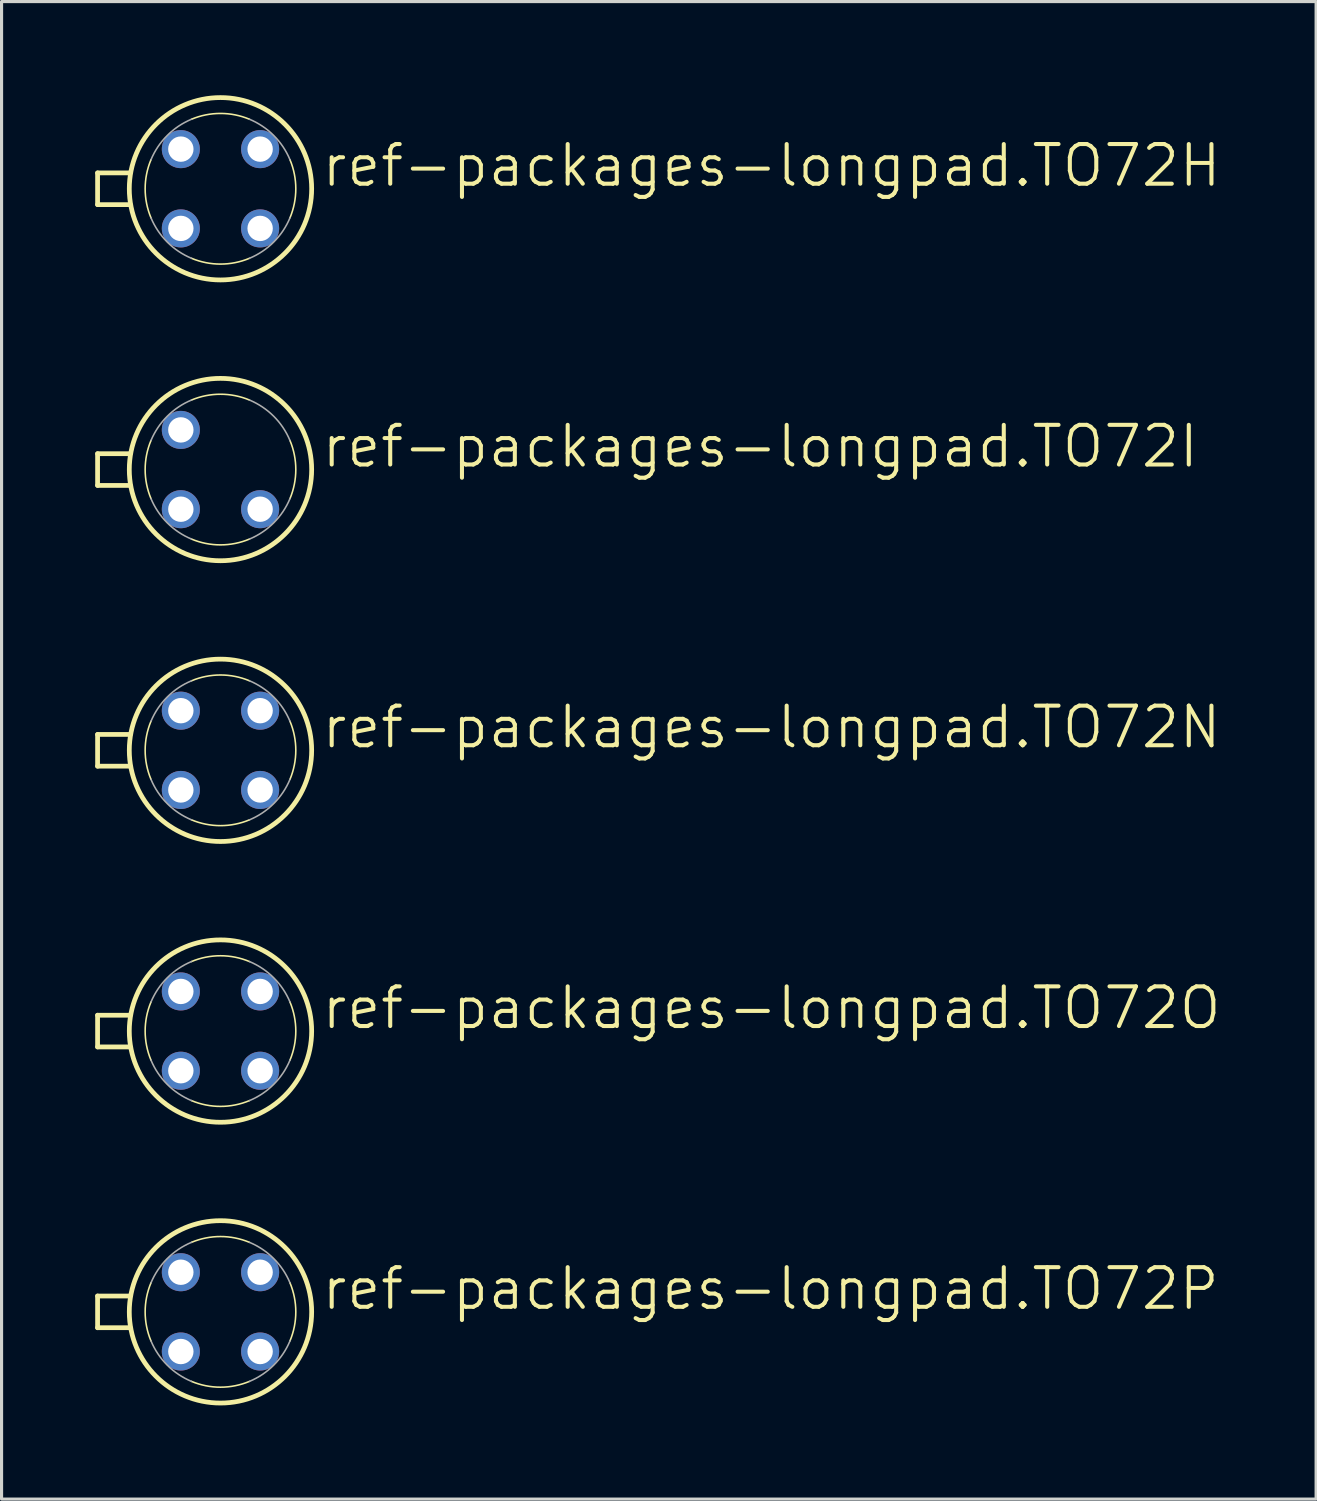
<source format=kicad_pcb>
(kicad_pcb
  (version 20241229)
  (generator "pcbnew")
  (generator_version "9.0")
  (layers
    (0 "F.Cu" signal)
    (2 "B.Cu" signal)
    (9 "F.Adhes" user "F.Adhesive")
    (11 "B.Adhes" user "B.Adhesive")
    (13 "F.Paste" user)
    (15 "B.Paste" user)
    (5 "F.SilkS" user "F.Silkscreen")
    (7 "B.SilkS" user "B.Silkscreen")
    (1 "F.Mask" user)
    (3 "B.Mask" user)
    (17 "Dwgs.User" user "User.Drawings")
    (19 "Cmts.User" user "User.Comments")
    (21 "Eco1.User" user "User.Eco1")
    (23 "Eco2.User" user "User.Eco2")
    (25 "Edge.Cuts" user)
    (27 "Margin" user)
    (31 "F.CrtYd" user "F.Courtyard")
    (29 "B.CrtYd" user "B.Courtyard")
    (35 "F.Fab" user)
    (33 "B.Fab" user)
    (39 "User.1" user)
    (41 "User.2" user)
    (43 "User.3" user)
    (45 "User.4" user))
  (footprint "ref-packages-longpad.TO72H"
    (layer "F.Cu")
    (at 4.013 2.997)
    (property "Reference" "ref-packages-longpad.TO72H" (at 3.175 0 0) (layer "F.SilkS") (effects (font (size 1.27 1.27) (thickness 0.13)) (justify left bottom)))
    (attr through_hole)
    (fp_line (start -3.937 -0.508) (end -2.896 -0.508) (stroke (width 0.152) (type default)) (layer "F.SilkS"))
    (fp_line (start -3.937 0.508) (end -3.937 -0.508) (stroke (width 0.152) (type default)) (layer "F.SilkS"))
    (fp_line (start -2.896 0.508) (end -3.937 0.508) (stroke (width 0.152) (type default)) (layer "F.SilkS"))
    (fp_arc (start -2.227 0.9289) (mid -2.412962 0) (end -2.227 -0.9289) (stroke (width 0.0508) (type default)) (layer "F.SilkS"))
    (fp_arc (start -0.9289 -2.227) (mid 0 -2.412962) (end 0.9289 -2.227) (stroke (width 0.0508) (type default)) (layer "F.SilkS"))
    (fp_arc (start 0.9289 2.227) (mid 0 2.412962) (end -0.9289 2.227) (stroke (width 0.0508) (type default)) (layer "F.SilkS"))
    (fp_arc (start 2.227 -0.9289) (mid 2.412962 0) (end 2.227 0.9289) (stroke (width 0.0508) (type default)) (layer "F.SilkS"))
    (fp_circle (center 0 0) (end 2.921 0) (stroke (width 0.152) (type default)) (fill no) (layer "F.SilkS"))
    (fp_arc (start -2.227 -0.9289) (mid -1.706222 -1.706222) (end -0.9289 -2.227) (stroke (width 0.0508) (type default)) (layer "F.Fab"))
    (fp_arc (start -0.9289 2.227) (mid -1.706222 1.706222) (end -2.227 0.9289) (stroke (width 0.0508) (type default)) (layer "F.Fab"))
    (fp_arc (start 0.9289 -2.227) (mid 1.706222 -1.706222) (end 2.227 -0.9289) (stroke (width 0.0508) (type default)) (layer "F.Fab"))
    (fp_arc (start 2.227 0.9289) (mid 1.706222 1.706222) (end 0.9289 2.227) (stroke (width 0.0508) (type default)) (layer "F.Fab"))
    (pad "D" thru_hole circle (at -1.27 1.27) (size 1.219 1.219) (drill 0.813) (layers "*.Cu" "*.Mask"))
    (pad "G1" thru_hole circle (at 1.27 -1.27) (size 1.219 1.219) (drill 0.813) (layers "*.Cu" "*.Mask"))
    (pad "G2" thru_hole circle (at 1.27 1.27) (size 1.219 1.219) (drill 0.813) (layers "*.Cu" "*.Mask"))
    (pad "S" thru_hole circle (at -1.27 -1.27) (size 1.219 1.219) (drill 0.813) (layers "*.Cu" "*.Mask")))
  (footprint "ref-packages-longpad.TO72N"
    (layer "F.Cu")
    (at 4.013 20.986)
    (property "Reference" "ref-packages-longpad.TO72N" (at 3.175 0 0) (layer "F.SilkS") (effects (font (size 1.27 1.27) (thickness 0.13)) (justify left bottom)))
    (attr through_hole)
    (fp_line (start -3.937 -0.508) (end -2.896 -0.508) (stroke (width 0.152) (type default)) (layer "F.SilkS"))
    (fp_line (start -3.937 0.508) (end -3.937 -0.508) (stroke (width 0.152) (type default)) (layer "F.SilkS"))
    (fp_line (start -2.896 0.508) (end -3.937 0.508) (stroke (width 0.152) (type default)) (layer "F.SilkS"))
    (fp_arc (start -2.227 0.9289) (mid -2.412962 0) (end -2.227 -0.9289) (stroke (width 0.0508) (type default)) (layer "F.SilkS"))
    (fp_arc (start -0.9289 -2.227) (mid 0 -2.412962) (end 0.9289 -2.227) (stroke (width 0.0508) (type default)) (layer "F.SilkS"))
    (fp_arc (start 0.9289 2.227) (mid 0 2.412962) (end -0.9289 2.227) (stroke (width 0.0508) (type default)) (layer "F.SilkS"))
    (fp_arc (start 2.227 -0.9289) (mid 2.412962 0) (end 2.227 0.9289) (stroke (width 0.0508) (type default)) (layer "F.SilkS"))
    (fp_circle (center 0 0) (end 2.921 0) (stroke (width 0.152) (type default)) (fill no) (layer "F.SilkS"))
    (fp_arc (start -2.227 -0.9289) (mid -1.706222 -1.706222) (end -0.9289 -2.227) (stroke (width 0.0508) (type default)) (layer "F.Fab"))
    (fp_arc (start -0.9289 2.227) (mid -1.706222 1.706222) (end -2.227 0.9289) (stroke (width 0.0508) (type default)) (layer "F.Fab"))
    (fp_arc (start 0.9289 -2.227) (mid 1.706222 -1.706222) (end 2.227 -0.9289) (stroke (width 0.0508) (type default)) (layer "F.Fab"))
    (fp_arc (start 2.227 0.9289) (mid 1.706222 1.706222) (end 0.9289 2.227) (stroke (width 0.0508) (type default)) (layer "F.Fab"))
    (pad "D" thru_hole circle (at -1.27 1.27) (size 1.219 1.219) (drill 0.813) (layers "*.Cu" "*.Mask"))
    (pad "G1" thru_hole circle (at 1.27 -1.27) (size 1.219 1.219) (drill 0.813) (layers "*.Cu" "*.Mask"))
    (pad "G2" thru_hole circle (at -1.27 -1.27) (size 1.219 1.219) (drill 0.813) (layers "*.Cu" "*.Mask"))
    (pad "S" thru_hole circle (at 1.27 1.27) (size 1.219 1.219) (drill 0.813) (layers "*.Cu" "*.Mask")))
  (footprint "ref-packages-longpad.TO72P"
    (layer "F.Cu")
    (at 4.013 38.975)
    (property "Reference" "ref-packages-longpad.TO72P" (at 3.175 0 0) (layer "F.SilkS") (effects (font (size 1.27 1.27) (thickness 0.13)) (justify left bottom)))
    (attr through_hole)
    (fp_line (start -3.937 -0.508) (end -2.896 -0.508) (stroke (width 0.152) (type default)) (layer "F.SilkS"))
    (fp_line (start -3.937 0.508) (end -3.937 -0.508) (stroke (width 0.152) (type default)) (layer "F.SilkS"))
    (fp_line (start -2.896 0.508) (end -3.937 0.508) (stroke (width 0.152) (type default)) (layer "F.SilkS"))
    (fp_arc (start -2.227 0.9289) (mid -2.412962 0) (end -2.227 -0.9289) (stroke (width 0.0508) (type default)) (layer "F.SilkS"))
    (fp_arc (start -0.9289 -2.227) (mid 0 -2.412962) (end 0.9289 -2.227) (stroke (width 0.0508) (type default)) (layer "F.SilkS"))
    (fp_arc (start 0.9289 2.227) (mid 0 2.412962) (end -0.9289 2.227) (stroke (width 0.0508) (type default)) (layer "F.SilkS"))
    (fp_arc (start 2.227 -0.9289) (mid 2.412962 0) (end 2.227 0.9289) (stroke (width 0.0508) (type default)) (layer "F.SilkS"))
    (fp_circle (center 0 0) (end 2.921 0) (stroke (width 0.152) (type default)) (fill no) (layer "F.SilkS"))
    (fp_arc (start -2.227 -0.9289) (mid -1.706222 -1.706222) (end -0.9289 -2.227) (stroke (width 0.0508) (type default)) (layer "F.Fab"))
    (fp_arc (start -0.9289 2.227) (mid -1.706222 1.706222) (end -2.227 0.9289) (stroke (width 0.0508) (type default)) (layer "F.Fab"))
    (fp_arc (start 0.9289 -2.227) (mid 1.706222 -1.706222) (end 2.227 -0.9289) (stroke (width 0.0508) (type default)) (layer "F.Fab"))
    (fp_arc (start 2.227 0.9289) (mid 1.706222 1.706222) (end 0.9289 2.227) (stroke (width 0.0508) (type default)) (layer "F.Fab"))
    (pad "D" thru_hole circle (at 1.27 -1.27) (size 1.219 1.219) (drill 0.813) (layers "*.Cu" "*.Mask"))
    (pad "G1" thru_hole circle (at 1.27 1.27) (size 1.219 1.219) (drill 0.813) (layers "*.Cu" "*.Mask"))
    (pad "G2" thru_hole circle (at -1.27 -1.27) (size 1.219 1.219) (drill 0.813) (layers "*.Cu" "*.Mask"))
    (pad "S" thru_hole circle (at -1.27 1.27) (size 1.219 1.219) (drill 0.813) (layers "*.Cu" "*.Mask")))
  (footprint "ref-packages-longpad.TO72O"
    (layer "F.Cu")
    (at 4.013 29.98)
    (property "Reference" "ref-packages-longpad.TO72O" (at 3.175 0 0) (layer "F.SilkS") (effects (font (size 1.27 1.27) (thickness 0.13)) (justify left bottom)))
    (attr through_hole)
    (fp_line (start -3.937 -0.508) (end -2.896 -0.508) (stroke (width 0.152) (type default)) (layer "F.SilkS"))
    (fp_line (start -3.937 0.508) (end -3.937 -0.508) (stroke (width 0.152) (type default)) (layer "F.SilkS"))
    (fp_line (start -2.896 0.508) (end -3.937 0.508) (stroke (width 0.152) (type default)) (layer "F.SilkS"))
    (fp_arc (start -2.227 0.9289) (mid -2.412962 0) (end -2.227 -0.9289) (stroke (width 0.0508) (type default)) (layer "F.SilkS"))
    (fp_arc (start -0.9289 -2.227) (mid 0 -2.412962) (end 0.9289 -2.227) (stroke (width 0.0508) (type default)) (layer "F.SilkS"))
    (fp_arc (start 0.9289 2.227) (mid 0 2.412962) (end -0.9289 2.227) (stroke (width 0.0508) (type default)) (layer "F.SilkS"))
    (fp_arc (start 2.227 -0.9289) (mid 2.412962 0) (end 2.227 0.9289) (stroke (width 0.0508) (type default)) (layer "F.SilkS"))
    (fp_circle (center 0 0) (end 2.921 0) (stroke (width 0.152) (type default)) (fill no) (layer "F.SilkS"))
    (fp_arc (start -2.227 -0.9289) (mid -1.706222 -1.706222) (end -0.9289 -2.227) (stroke (width 0.0508) (type default)) (layer "F.Fab"))
    (fp_arc (start -0.9289 2.227) (mid -1.706222 1.706222) (end -2.227 0.9289) (stroke (width 0.0508) (type default)) (layer "F.Fab"))
    (fp_arc (start 0.9289 -2.227) (mid 1.706222 -1.706222) (end 2.227 -0.9289) (stroke (width 0.0508) (type default)) (layer "F.Fab"))
    (fp_arc (start 2.227 0.9289) (mid 1.706222 1.706222) (end 0.9289 2.227) (stroke (width 0.0508) (type default)) (layer "F.Fab"))
    (pad "D" thru_hole circle (at 1.27 -1.27) (size 1.219 1.219) (drill 0.813) (layers "*.Cu" "*.Mask"))
    (pad "G1" thru_hole circle (at -1.27 1.27) (size 1.219 1.219) (drill 0.813) (layers "*.Cu" "*.Mask"))
    (pad "G2" thru_hole circle (at 1.27 1.27) (size 1.219 1.219) (drill 0.813) (layers "*.Cu" "*.Mask"))
    (pad "S" thru_hole circle (at -1.27 -1.27) (size 1.219 1.219) (drill 0.813) (layers "*.Cu" "*.Mask")))
  (footprint "ref-packages-longpad.TO72I"
    (layer "F.Cu")
    (at 4.013 11.992)
    (property "Reference" "ref-packages-longpad.TO72I" (at 3.175 0 0) (layer "F.SilkS") (effects (font (size 1.27 1.27) (thickness 0.13)) (justify left bottom)))
    (attr through_hole)
    (fp_line (start -3.937 -0.508) (end -2.896 -0.508) (stroke (width 0.152) (type default)) (layer "F.SilkS"))
    (fp_line (start -3.937 0.508) (end -3.937 -0.508) (stroke (width 0.152) (type default)) (layer "F.SilkS"))
    (fp_line (start -2.896 0.508) (end -3.937 0.508) (stroke (width 0.152) (type default)) (layer "F.SilkS"))
    (fp_arc (start -2.227 0.9289) (mid -2.412962 0) (end -2.227 -0.9289) (stroke (width 0.0508) (type default)) (layer "F.SilkS"))
    (fp_arc (start -0.9289 -2.227) (mid 0 -2.412962) (end 0.9289 -2.227) (stroke (width 0.0508) (type default)) (layer "F.SilkS"))
    (fp_arc (start 0.9289 2.227) (mid 0 2.412962) (end -0.9289 2.227) (stroke (width 0.0508) (type default)) (layer "F.SilkS"))
    (fp_arc (start 2.227 -0.9289) (mid 2.412962 0) (end 2.227 0.9289) (stroke (width 0.0508) (type default)) (layer "F.SilkS"))
    (fp_circle (center 0 0) (end 2.921 0) (stroke (width 0.152) (type default)) (fill no) (layer "F.SilkS"))
    (fp_arc (start -2.227 -0.9289) (mid -1.706222 -1.706222) (end -0.9289 -2.227) (stroke (width 0.0508) (type default)) (layer "F.Fab"))
    (fp_arc (start -0.9289 2.227) (mid -1.706222 1.706222) (end -2.227 0.9289) (stroke (width 0.0508) (type default)) (layer "F.Fab"))
    (fp_arc (start 0.9289 -2.227) (mid 1.706222 -1.706222) (end 2.227 -0.9289) (stroke (width 0.0508) (type default)) (layer "F.Fab"))
    (fp_arc (start 2.227 0.9289) (mid 1.706222 1.706222) (end 0.9289 2.227) (stroke (width 0.0508) (type default)) (layer "F.Fab"))
    (pad "B1" thru_hole circle (at 1.27 1.27) (size 1.219 1.219) (drill 0.813) (layers "*.Cu" "*.Mask"))
    (pad "B2" thru_hole circle (at -1.27 -1.27) (size 1.219 1.219) (drill 0.813) (layers "*.Cu" "*.Mask"))
    (pad "E" thru_hole circle (at -1.27 1.27) (size 1.219 1.219) (drill 0.813) (layers "*.Cu" "*.Mask")))
  (gr_rect
    (start -3 -3)
    (end 39.111 44.972)
    (stroke (width 0.1) (type default))
    (fill no)
    (layer "Edge.Cuts")))
</source>
